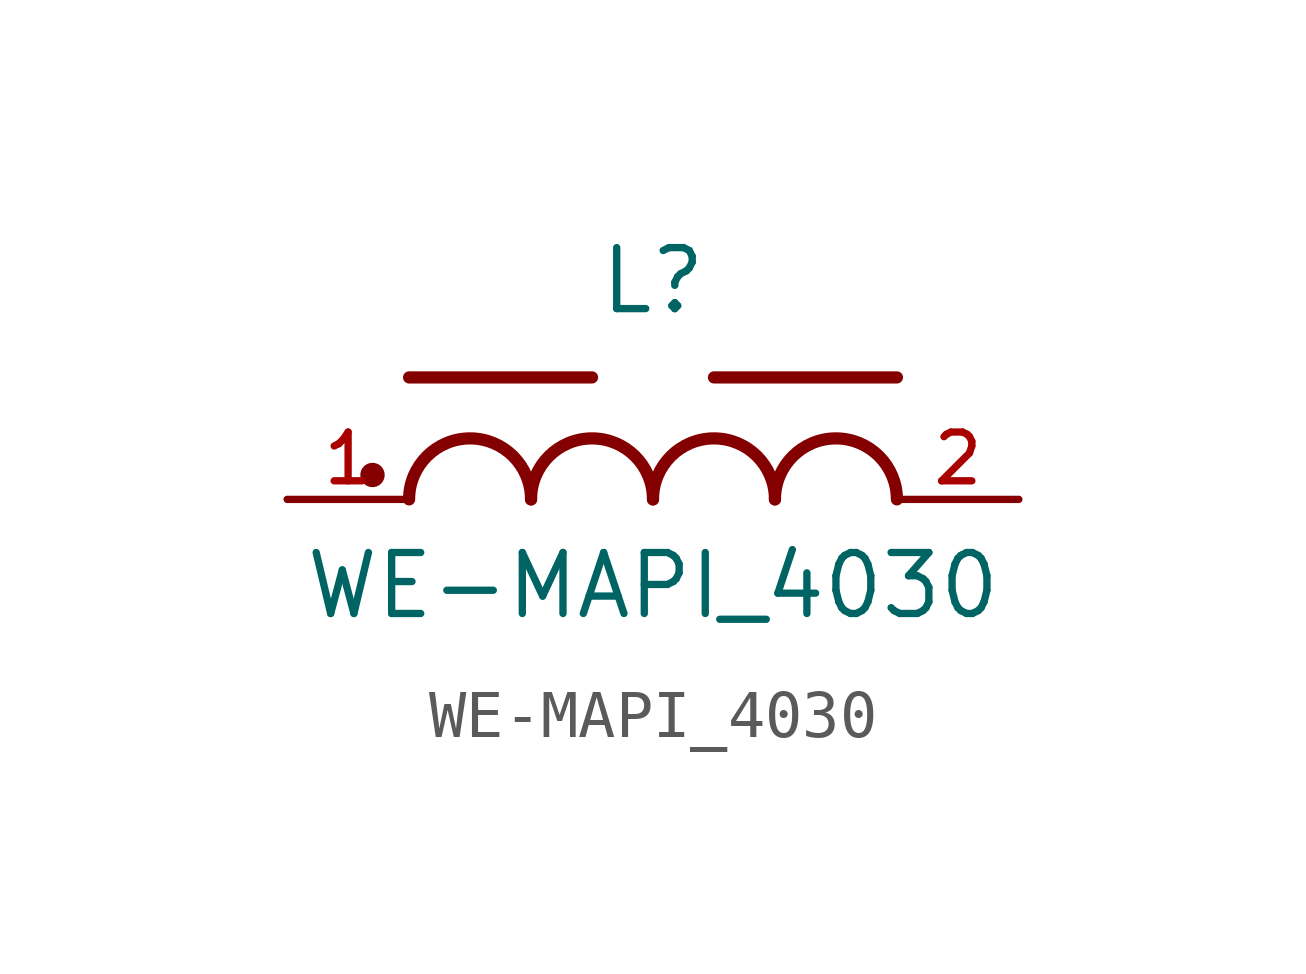
<source format=kicad_sym>
(kicad_symbol_lib
  (version 20211014)
  (generator kicad_symbol_editor)
  (symbol "WE-MAPI_4030"
    (pin_names
      (offset 1.016))
    (property "Reference" "L"
      (at 0.0 3.81 0)
      (effects (font (size 1.27 1.27)) (justify bottom)))
    (property "Value" "WE-MAPI_4030"
      (at 0.0 -2.54 0)
      (effects (font (size 1.27 1.27)) (justify bottom)))
    (symbol "WE-MAPI_4030_0_0"
      (arc (start -2.54 0.0) (mid -3.81 1.27) (end -5.08 0.0) (stroke (width 0.254) (type default) (color 0 0 0 0)) (fill (type none)))
      (arc (start 0.0 0.0) (mid -1.27 1.27) (end -2.54 0.0) (stroke (width 0.254) (type default) (color 0 0 0 0)) (fill (type none)))
      (arc (start 2.54 0.0) (mid 1.27 1.27) (end 0.0 0.0) (stroke (width 0.254) (type default) (color 0 0 0 0)) (fill (type none)))
      (arc (start 5.08 0.0) (mid 3.81 1.27) (end 2.54 0.0) (stroke (width 0.254) (type default) (color 0 0 0 0)) (fill (type none)))
      (polyline (pts (xy -5.08 2.54) (xy -1.27 2.54)) (stroke (width 0.254)))
      (polyline (pts (xy 1.27 2.54) (xy 5.08 2.54)) (stroke (width 0.254)))
      (circle (center -5.842 0.508) (radius 0.127) (stroke (width 0.254)) (fill (type none)))
      (pin passive line (at -7.62 0.0 0) (length 2.54) (name "~" (effects (font (size 1.016 1.016)))) (number "1" (effects (font (size 1.016 1.016)))))
      (pin passive line (at 7.62 0.0 180.0) (length 2.54) (name "~" (effects (font (size 1.016 1.016)))) (number "2" (effects (font (size 1.016 1.016))))))))
</source>
